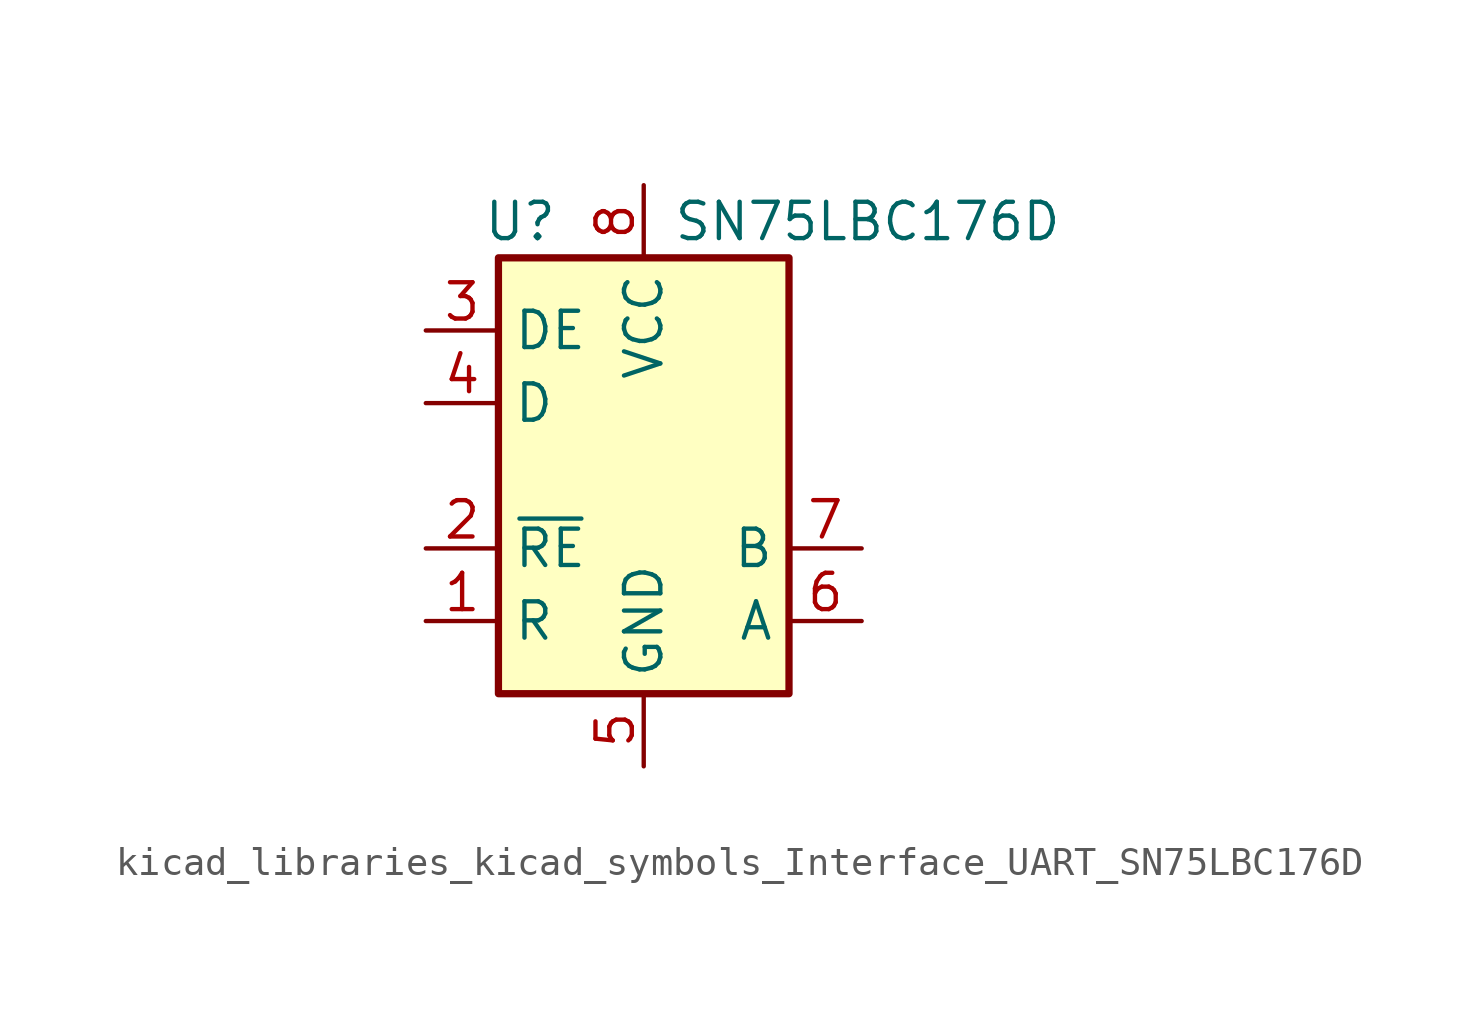
<source format=kicad_sym>
(kicad_symbol_lib
  (version 20220914)
  (generator kicad_symbol_editor)
  (symbol "kicad_libraries_kicad_symbols_Interface_UART_SN75LBC176D"
    (property "Reference" "U"
      (at -4.318 8.89 0)
      (effects (font (size 1.27 1.27))))
    (property "Value" "SN75LBC176D"
      (at 1.016 8.89 0)
      (effects (font (size 1.27 1.27)) (justify left)))
    (symbol "kicad_libraries_kicad_symbols_Interface_UART_SN75LBC176D_0_1"
      (rectangle (start -5.08 7.62) (end 5.08 -7.62) (stroke (width 0.254) (type default)) (fill (type background))))
    (symbol "kicad_libraries_kicad_symbols_Interface_UART_SN75LBC176D_1_1"
      (pin output line (at -7.62 -5.08 0) (length 2.54) (name "R" (effects (font (size 1.27 1.27)))) (number "1" (effects (font (size 1.27 1.27)))))
      (pin input line (at -7.62 -2.54 0) (length 2.54) (name "~{RE}" (effects (font (size 1.27 1.27)))) (number "2" (effects (font (size 1.27 1.27)))))
      (pin input line (at -7.62 5.08 0) (length 2.54) (name "DE" (effects (font (size 1.27 1.27)))) (number "3" (effects (font (size 1.27 1.27)))))
      (pin input line (at -7.62 2.54 0) (length 2.54) (name "D" (effects (font (size 1.27 1.27)))) (number "4" (effects (font (size 1.27 1.27)))))
      (pin power_in line (at 0 -10.16 90) (length 2.54) (name "GND" (effects (font (size 1.27 1.27)))) (number "5" (effects (font (size 1.27 1.27)))))
      (pin bidirectional line (at 7.62 -5.08 180) (length 2.54) (name "A" (effects (font (size 1.27 1.27)))) (number "6" (effects (font (size 1.27 1.27)))))
      (pin bidirectional line (at 7.62 -2.54 180) (length 2.54) (name "B" (effects (font (size 1.27 1.27)))) (number "7" (effects (font (size 1.27 1.27)))))
      (pin power_in line (at 0 10.16 270) (length 2.54) (name "VCC" (effects (font (size 1.27 1.27)))) (number "8" (effects (font (size 1.27 1.27))))))))
</source>
